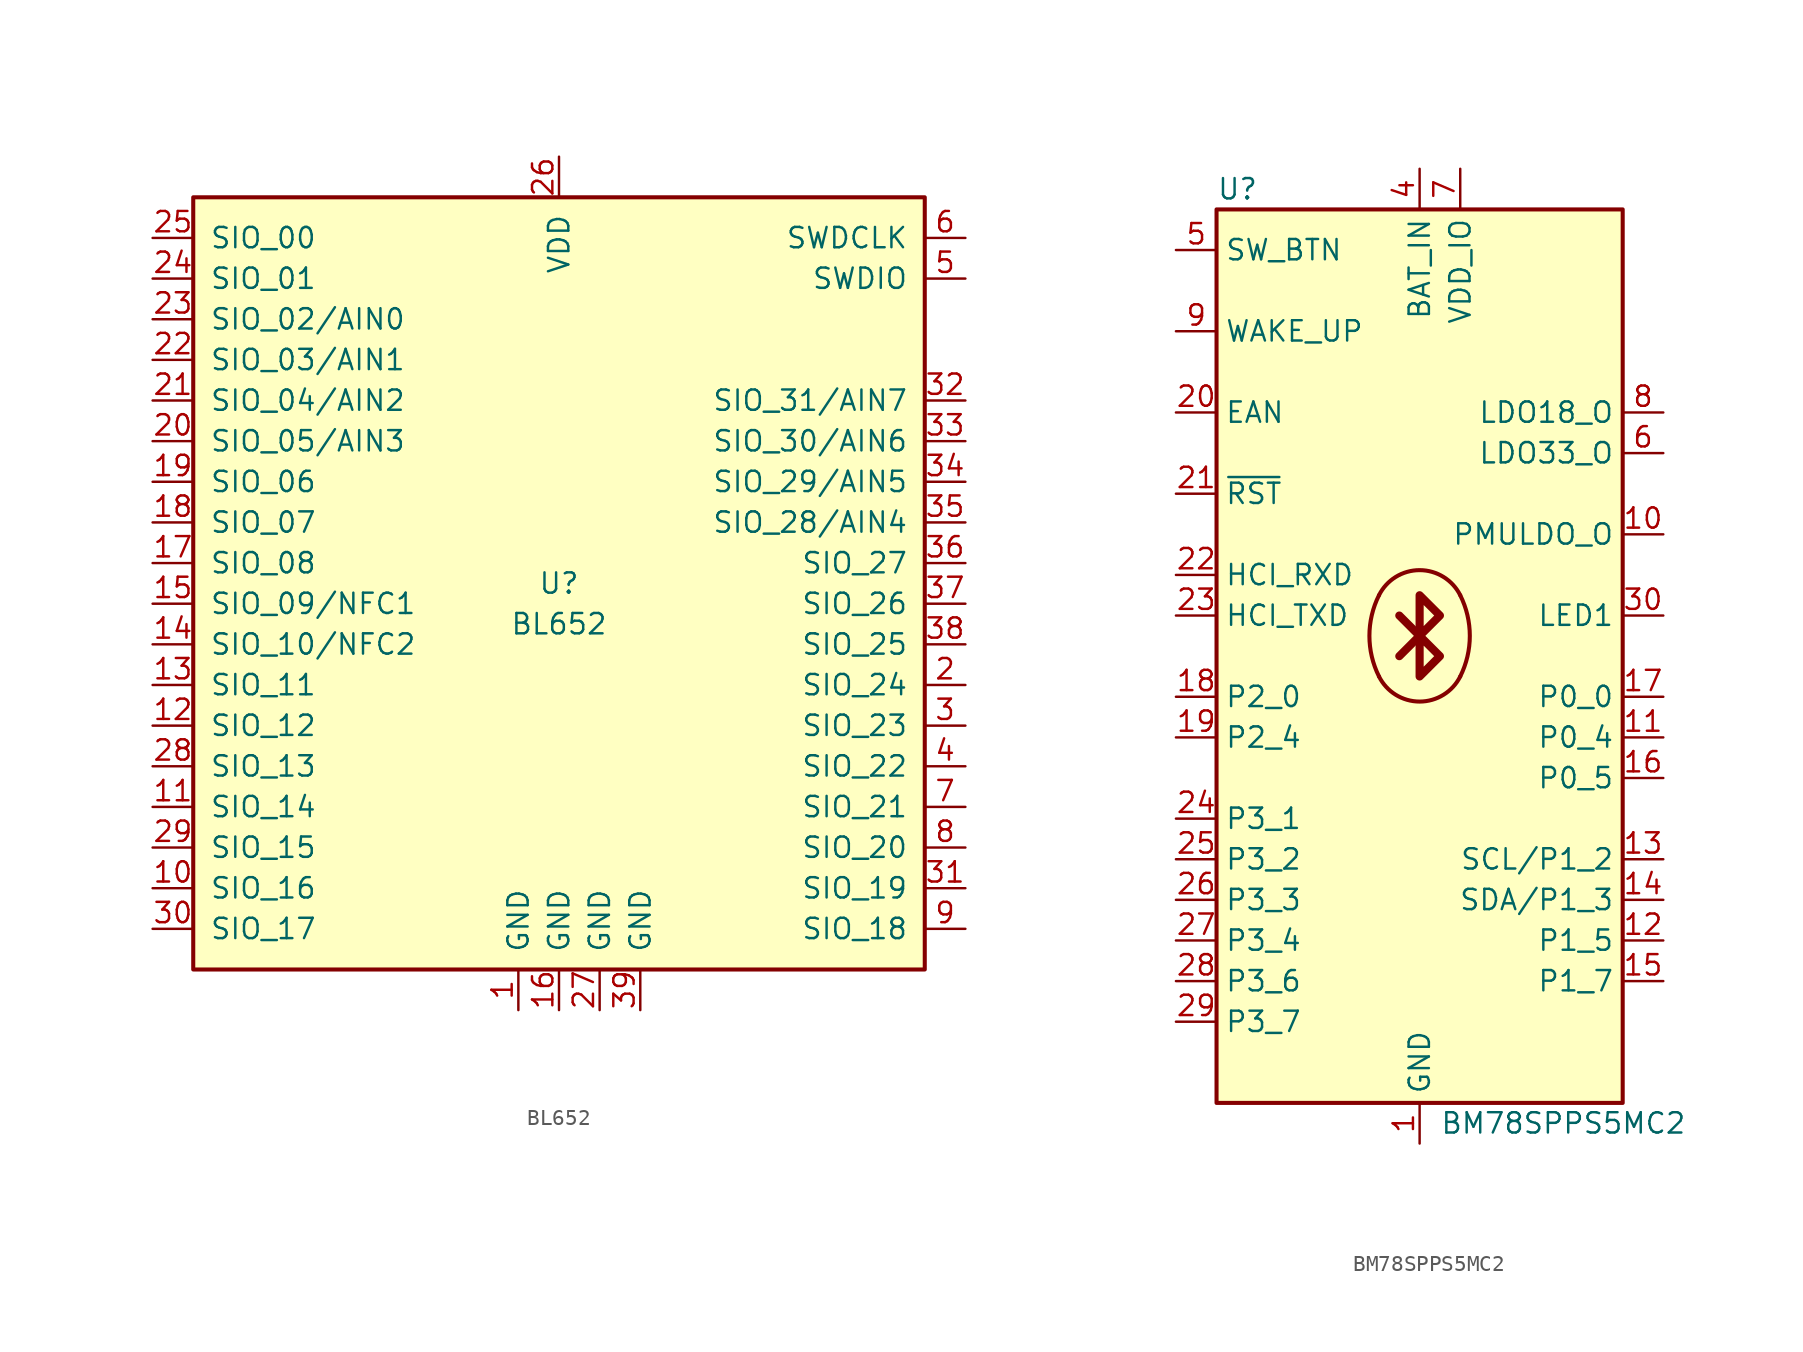
<source format=kicad_sym>
(kicad_symbol_lib
  (version 20211014)
  (generator kicad_symbol_editor)
  (symbol "BL652"
    (pin_names
      (offset 1.016))
    (property "Reference" "U"
      (at 0 1.27 0)
      (effects (font (size 1.27 1.27))))
    (property "Value" "BL652"
      (at 0 -1.27 0)
      (effects (font (size 1.27 1.27))))
    (symbol "BL652_0_1"
      (rectangle (start 22.86 25.4) (end -22.86 -22.86) (stroke (width 0.254) (type default) (color 0 0 0 0)) (fill (type background))))
    (symbol "BL652_1_1"
      (pin power_in line (at -2.54 -25.4 90) (length 2.54) (name "GND" (effects (font (size 1.27 1.27)))) (number "1" (effects (font (size 1.27 1.27)))))
      (pin bidirectional line (at -25.4 -17.78 0) (length 2.54) (name "SIO_16" (effects (font (size 1.27 1.27)))) (number "10" (effects (font (size 1.27 1.27)))))
      (pin bidirectional line (at -25.4 -12.7 0) (length 2.54) (name "SIO_14" (effects (font (size 1.27 1.27)))) (number "11" (effects (font (size 1.27 1.27)))))
      (pin bidirectional line (at -25.4 -7.62 0) (length 2.54) (name "SIO_12" (effects (font (size 1.27 1.27)))) (number "12" (effects (font (size 1.27 1.27)))))
      (pin bidirectional line (at -25.4 -5.08 0) (length 2.54) (name "SIO_11" (effects (font (size 1.27 1.27)))) (number "13" (effects (font (size 1.27 1.27)))))
      (pin bidirectional line (at -25.4 -2.54 0) (length 2.54) (name "SIO_10/NFC2" (effects (font (size 1.27 1.27)))) (number "14" (effects (font (size 1.27 1.27)))))
      (pin bidirectional line (at -25.4 0 0) (length 2.54) (name "SIO_09/NFC1" (effects (font (size 1.27 1.27)))) (number "15" (effects (font (size 1.27 1.27)))))
      (pin power_in line (at 0 -25.4 90) (length 2.54) (name "GND" (effects (font (size 1.27 1.27)))) (number "16" (effects (font (size 1.27 1.27)))))
      (pin bidirectional line (at -25.4 2.54 0) (length 2.54) (name "SIO_08" (effects (font (size 1.27 1.27)))) (number "17" (effects (font (size 1.27 1.27)))))
      (pin bidirectional line (at -25.4 5.08 0) (length 2.54) (name "SIO_07" (effects (font (size 1.27 1.27)))) (number "18" (effects (font (size 1.27 1.27)))))
      (pin bidirectional line (at -25.4 7.62 0) (length 2.54) (name "SIO_06" (effects (font (size 1.27 1.27)))) (number "19" (effects (font (size 1.27 1.27)))))
      (pin bidirectional line (at 25.4 -5.08 180) (length 2.54) (name "SIO_24" (effects (font (size 1.27 1.27)))) (number "2" (effects (font (size 1.27 1.27)))))
      (pin bidirectional line (at -25.4 10.16 0) (length 2.54) (name "SIO_05/AIN3" (effects (font (size 1.27 1.27)))) (number "20" (effects (font (size 1.27 1.27)))))
      (pin bidirectional line (at -25.4 12.7 0) (length 2.54) (name "SIO_04/AIN2" (effects (font (size 1.27 1.27)))) (number "21" (effects (font (size 1.27 1.27)))))
      (pin bidirectional line (at -25.4 15.24 0) (length 2.54) (name "SIO_03/AIN1" (effects (font (size 1.27 1.27)))) (number "22" (effects (font (size 1.27 1.27)))))
      (pin bidirectional line (at -25.4 17.78 0) (length 2.54) (name "SIO_02/AIN0" (effects (font (size 1.27 1.27)))) (number "23" (effects (font (size 1.27 1.27)))))
      (pin bidirectional line (at -25.4 20.32 0) (length 2.54) (name "SIO_01" (effects (font (size 1.27 1.27)))) (number "24" (effects (font (size 1.27 1.27)))))
      (pin bidirectional line (at -25.4 22.86 0) (length 2.54) (name "SIO_00" (effects (font (size 1.27 1.27)))) (number "25" (effects (font (size 1.27 1.27)))))
      (pin power_in line (at 0 27.94 270) (length 2.54) (name "VDD" (effects (font (size 1.27 1.27)))) (number "26" (effects (font (size 1.27 1.27)))))
      (pin power_in line (at 2.54 -25.4 90) (length 2.54) (name "GND" (effects (font (size 1.27 1.27)))) (number "27" (effects (font (size 1.27 1.27)))))
      (pin bidirectional line (at -25.4 -10.16 0) (length 2.54) (name "SIO_13" (effects (font (size 1.27 1.27)))) (number "28" (effects (font (size 1.27 1.27)))))
      (pin bidirectional line (at -25.4 -15.24 0) (length 2.54) (name "SIO_15" (effects (font (size 1.27 1.27)))) (number "29" (effects (font (size 1.27 1.27)))))
      (pin bidirectional line (at 25.4 -7.62 180) (length 2.54) (name "SIO_23" (effects (font (size 1.27 1.27)))) (number "3" (effects (font (size 1.27 1.27)))))
      (pin bidirectional line (at -25.4 -20.32 0) (length 2.54) (name "SIO_17" (effects (font (size 1.27 1.27)))) (number "30" (effects (font (size 1.27 1.27)))))
      (pin bidirectional line (at 25.4 -17.78 180) (length 2.54) (name "SIO_19" (effects (font (size 1.27 1.27)))) (number "31" (effects (font (size 1.27 1.27)))))
      (pin bidirectional line (at 25.4 12.7 180) (length 2.54) (name "SIO_31/AIN7" (effects (font (size 1.27 1.27)))) (number "32" (effects (font (size 1.27 1.27)))))
      (pin bidirectional line (at 25.4 10.16 180) (length 2.54) (name "SIO_30/AIN6" (effects (font (size 1.27 1.27)))) (number "33" (effects (font (size 1.27 1.27)))))
      (pin bidirectional line (at 25.4 7.62 180) (length 2.54) (name "SIO_29/AIN5" (effects (font (size 1.27 1.27)))) (number "34" (effects (font (size 1.27 1.27)))))
      (pin bidirectional line (at 25.4 5.08 180) (length 2.54) (name "SIO_28/AIN4" (effects (font (size 1.27 1.27)))) (number "35" (effects (font (size 1.27 1.27)))))
      (pin bidirectional line (at 25.4 2.54 180) (length 2.54) (name "SIO_27" (effects (font (size 1.27 1.27)))) (number "36" (effects (font (size 1.27 1.27)))))
      (pin bidirectional line (at 25.4 0 180) (length 2.54) (name "SIO_26" (effects (font (size 1.27 1.27)))) (number "37" (effects (font (size 1.27 1.27)))))
      (pin bidirectional line (at 25.4 -2.54 180) (length 2.54) (name "SIO_25" (effects (font (size 1.27 1.27)))) (number "38" (effects (font (size 1.27 1.27)))))
      (pin power_in line (at 5.08 -25.4 90) (length 2.54) (name "GND" (effects (font (size 1.27 1.27)))) (number "39" (effects (font (size 1.27 1.27)))))
      (pin bidirectional line (at 25.4 -10.16 180) (length 2.54) (name "SIO_22" (effects (font (size 1.27 1.27)))) (number "4" (effects (font (size 1.27 1.27)))))
      (pin bidirectional line (at 25.4 20.32 180) (length 2.54) (name "SWDIO" (effects (font (size 1.27 1.27)))) (number "5" (effects (font (size 1.27 1.27)))))
      (pin bidirectional line (at 25.4 22.86 180) (length 2.54) (name "SWDCLK" (effects (font (size 1.27 1.27)))) (number "6" (effects (font (size 1.27 1.27)))))
      (pin bidirectional line (at 25.4 -12.7 180) (length 2.54) (name "SIO_21" (effects (font (size 1.27 1.27)))) (number "7" (effects (font (size 1.27 1.27)))))
      (pin bidirectional line (at 25.4 -15.24 180) (length 2.54) (name "SIO_20" (effects (font (size 1.27 1.27)))) (number "8" (effects (font (size 1.27 1.27)))))
      (pin bidirectional line (at 25.4 -20.32 180) (length 2.54) (name "SIO_18" (effects (font (size 1.27 1.27)))) (number "9" (effects (font (size 1.27 1.27)))))))
  (symbol "BM78SPPS5MC2"
    (property "Reference" "U"
      (at -12.7 29.21 0)
      (effects (font (size 1.27 1.27)) (justify left)))
    (property "Value" "BM78SPPS5MC2"
      (at 1.27 -29.21 0)
      (effects (font (size 1.27 1.27)) (justify left)))
    (symbol "BM78SPPS5MC2_0_1"
      (rectangle (start -12.7 27.94) (end 12.7 -27.94) (stroke (width 0.254) (type default) (color 0 0 0 0)) (fill (type background)))
      (arc (start -2.54 -1.27) (mid 0 -2.8398) (end 2.54 -1.27) (stroke (width 0.254) (type default) (color 0 0 0 0)) (fill (type background)))
      (arc (start -2.54 3.81) (mid -3.1396 1.27) (end -2.54 -1.27) (stroke (width 0.254) (type default) (color 0 0 0 0)) (fill (type background)))
      (polyline (pts (xy 0 1.27) (xy -1.27 0)) (stroke (width 0.508) (type default) (color 0 0 0 0)) (fill (type none)))
      (polyline (pts (xy 0 1.27) (xy -1.27 2.54)) (stroke (width 0.508) (type default) (color 0 0 0 0)) (fill (type none)))
      (polyline (pts (xy 0 3.81) (xy 1.27 2.54) (xy 0 1.27) (xy 1.27 0) (xy 0 -1.27) (xy 0 3.81)) (stroke (width 0.508) (type default) (color 0 0 0 0)) (fill (type none)))
      (arc (start 2.54 -1.27) (mid 3.1396 1.27) (end 2.54 3.81) (stroke (width 0.254) (type default) (color 0 0 0 0)) (fill (type background)))
      (arc (start 2.54 3.81) (mid 0 5.3798) (end -2.54 3.81) (stroke (width 0.254) (type default) (color 0 0 0 0)) (fill (type background))))
    (symbol "BM78SPPS5MC2_1_1"
      (pin power_in line (at 0 -30.48 90) (length 2.54) (name "GND" (effects (font (size 1.27 1.27)))) (number "1" (effects (font (size 1.27 1.27)))))
      (pin passive line (at 15.24 7.62 180) (length 2.54) (name "PMULDO_O" (effects (font (size 1.27 1.27)))) (number "10" (effects (font (size 1.27 1.27)))))
      (pin output line (at 15.24 -5.08 180) (length 2.54) (name "P0_4" (effects (font (size 1.27 1.27)))) (number "11" (effects (font (size 1.27 1.27)))))
      (pin output line (at 15.24 -17.78 180) (length 2.54) (name "P1_5" (effects (font (size 1.27 1.27)))) (number "12" (effects (font (size 1.27 1.27)))))
      (pin output line (at 15.24 -12.7 180) (length 2.54) (name "SCL/P1_2" (effects (font (size 1.27 1.27)))) (number "13" (effects (font (size 1.27 1.27)))))
      (pin bidirectional line (at 15.24 -15.24 180) (length 2.54) (name "SDA/P1_3" (effects (font (size 1.27 1.27)))) (number "14" (effects (font (size 1.27 1.27)))))
      (pin bidirectional line (at 15.24 -20.32 180) (length 2.54) (name "P1_7" (effects (font (size 1.27 1.27)))) (number "15" (effects (font (size 1.27 1.27)))))
      (pin bidirectional line (at 15.24 -7.62 180) (length 2.54) (name "P0_5" (effects (font (size 1.27 1.27)))) (number "16" (effects (font (size 1.27 1.27)))))
      (pin bidirectional line (at 15.24 -2.54 180) (length 2.54) (name "P0_0" (effects (font (size 1.27 1.27)))) (number "17" (effects (font (size 1.27 1.27)))))
      (pin input line (at -15.24 -2.54 0) (length 2.54) (name "P2_0" (effects (font (size 1.27 1.27)))) (number "18" (effects (font (size 1.27 1.27)))))
      (pin input line (at -15.24 -5.08 0) (length 2.54) (name "P2_4" (effects (font (size 1.27 1.27)))) (number "19" (effects (font (size 1.27 1.27)))))
      (pin passive line (at 0 -30.48 90) (length 2.54) hide (name "GND" (effects (font (size 1.27 1.27)))) (number "2" (effects (font (size 1.27 1.27)))))
      (pin input line (at -15.24 15.24 0) (length 2.54) (name "EAN" (effects (font (size 1.27 1.27)))) (number "20" (effects (font (size 1.27 1.27)))))
      (pin input line (at -15.24 10.16 0) (length 2.54) (name "~{RST}" (effects (font (size 1.27 1.27)))) (number "21" (effects (font (size 1.27 1.27)))))
      (pin input line (at -15.24 5.08 0) (length 2.54) (name "HCI_RXD" (effects (font (size 1.27 1.27)))) (number "22" (effects (font (size 1.27 1.27)))))
      (pin output line (at -15.24 2.54 0) (length 2.54) (name "HCI_TXD" (effects (font (size 1.27 1.27)))) (number "23" (effects (font (size 1.27 1.27)))))
      (pin bidirectional line (at -15.24 -10.16 0) (length 2.54) (name "P3_1" (effects (font (size 1.27 1.27)))) (number "24" (effects (font (size 1.27 1.27)))))
      (pin bidirectional line (at -15.24 -12.7 0) (length 2.54) (name "P3_2" (effects (font (size 1.27 1.27)))) (number "25" (effects (font (size 1.27 1.27)))))
      (pin bidirectional line (at -15.24 -15.24 0) (length 2.54) (name "P3_3" (effects (font (size 1.27 1.27)))) (number "26" (effects (font (size 1.27 1.27)))))
      (pin bidirectional line (at -15.24 -17.78 0) (length 2.54) (name "P3_4" (effects (font (size 1.27 1.27)))) (number "27" (effects (font (size 1.27 1.27)))))
      (pin bidirectional line (at -15.24 -20.32 0) (length 2.54) (name "P3_6" (effects (font (size 1.27 1.27)))) (number "28" (effects (font (size 1.27 1.27)))))
      (pin bidirectional line (at -15.24 -22.86 0) (length 2.54) (name "P3_7" (effects (font (size 1.27 1.27)))) (number "29" (effects (font (size 1.27 1.27)))))
      (pin passive line (at 0 -30.48 90) (length 2.54) hide (name "GND" (effects (font (size 1.27 1.27)))) (number "3" (effects (font (size 1.27 1.27)))))
      (pin output line (at 15.24 2.54 180) (length 2.54) (name "LED1" (effects (font (size 1.27 1.27)))) (number "30" (effects (font (size 1.27 1.27)))))
      (pin passive line (at 0 -30.48 90) (length 2.54) hide (name "GND" (effects (font (size 1.27 1.27)))) (number "31" (effects (font (size 1.27 1.27)))))
      (pin passive line (at 0 -30.48 90) (length 2.54) hide (name "GND" (effects (font (size 1.27 1.27)))) (number "32" (effects (font (size 1.27 1.27)))))
      (pin passive line (at 0 -30.48 90) (length 2.54) hide (name "GND" (effects (font (size 1.27 1.27)))) (number "33" (effects (font (size 1.27 1.27)))))
      (pin power_in line (at 0 30.48 270) (length 2.54) (name "BAT_IN" (effects (font (size 1.27 1.27)))) (number "4" (effects (font (size 1.27 1.27)))))
      (pin input line (at -15.24 25.4 0) (length 2.54) (name "SW_BTN" (effects (font (size 1.27 1.27)))) (number "5" (effects (font (size 1.27 1.27)))))
      (pin power_out line (at 15.24 12.7 180) (length 2.54) (name "LDO33_O" (effects (font (size 1.27 1.27)))) (number "6" (effects (font (size 1.27 1.27)))))
      (pin power_in line (at 2.54 30.48 270) (length 2.54) (name "VDD_IO" (effects (font (size 1.27 1.27)))) (number "7" (effects (font (size 1.27 1.27)))))
      (pin power_out line (at 15.24 15.24 180) (length 2.54) (name "LDO18_O" (effects (font (size 1.27 1.27)))) (number "8" (effects (font (size 1.27 1.27)))))
      (pin input line (at -15.24 20.32 0) (length 2.54) (name "WAKE_UP" (effects (font (size 1.27 1.27)))) (number "9" (effects (font (size 1.27 1.27))))))))
</source>
